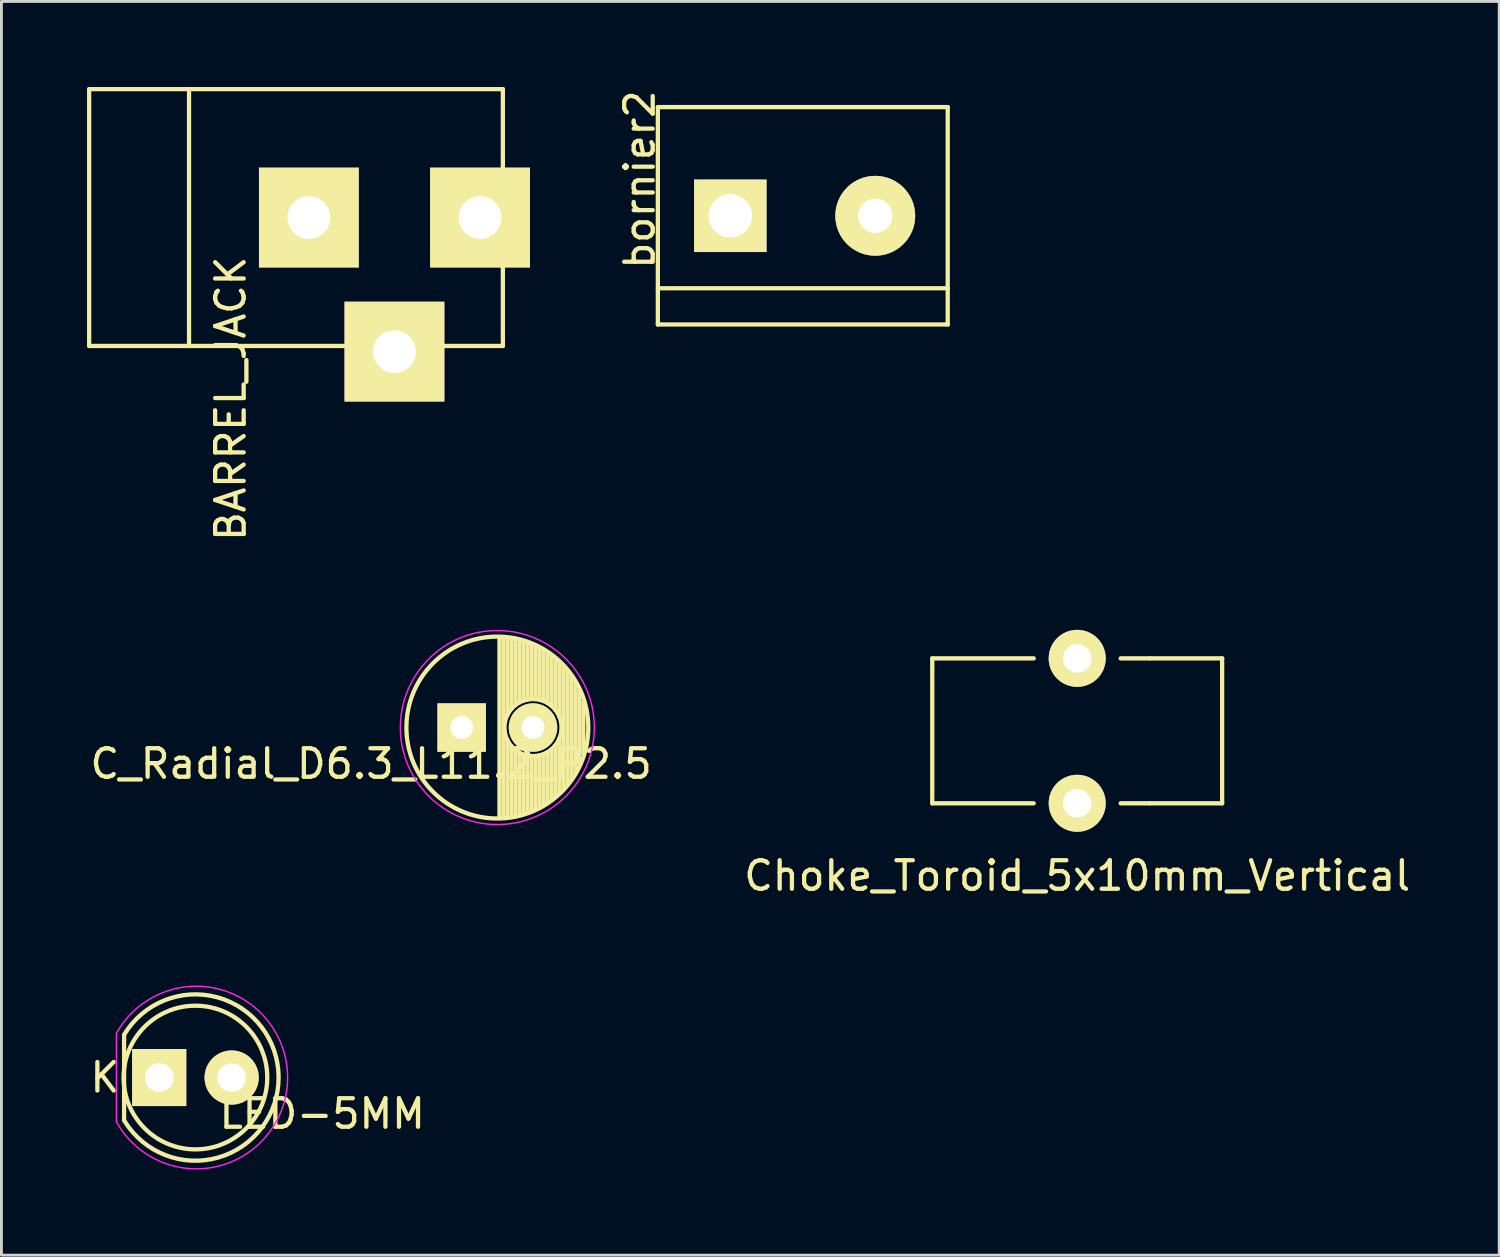
<source format=kicad_pcb>
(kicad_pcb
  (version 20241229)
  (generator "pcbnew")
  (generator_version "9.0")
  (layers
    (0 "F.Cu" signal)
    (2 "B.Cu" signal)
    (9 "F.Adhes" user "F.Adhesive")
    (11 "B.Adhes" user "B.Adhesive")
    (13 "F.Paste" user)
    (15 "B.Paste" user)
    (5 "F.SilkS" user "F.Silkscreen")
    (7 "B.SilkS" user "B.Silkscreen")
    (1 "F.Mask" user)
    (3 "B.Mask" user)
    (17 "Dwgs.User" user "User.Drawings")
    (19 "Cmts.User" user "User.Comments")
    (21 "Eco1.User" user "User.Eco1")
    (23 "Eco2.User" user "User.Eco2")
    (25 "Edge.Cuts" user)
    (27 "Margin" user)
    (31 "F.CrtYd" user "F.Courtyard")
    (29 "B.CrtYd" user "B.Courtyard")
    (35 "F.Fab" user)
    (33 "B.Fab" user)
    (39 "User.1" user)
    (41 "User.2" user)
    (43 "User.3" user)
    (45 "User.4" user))
  (footprint "BARREL_JACK"
    (layer "F.Cu")
    (at 7.576 4.576)
    (property "Reference" "BARREL_JACK" (at -2.54 6.35 90) (layer "F.SilkS") (effects (font (size 1 1) (thickness 0.15))))
    (attr through_hole)
    (fp_line (start -7.501 -4.501) (end -7.501 4.501) (stroke (width 0.15) (type solid)) (layer "F.SilkS"))
    (fp_line (start -7.501 4.501) (end 7 4.501) (stroke (width 0.15) (type solid)) (layer "F.SilkS"))
    (fp_line (start -4 -4.501) (end -4 4.501) (stroke (width 0.15) (type solid)) (layer "F.SilkS"))
    (fp_line (start 7 -4.501) (end -7.501 -4.501) (stroke (width 0.15) (type solid)) (layer "F.SilkS"))
    (fp_line (start 7 4.501) (end 7 -4.501) (stroke (width 0.15) (type solid)) (layer "F.SilkS"))
    (pad "1" thru_hole rect (at 6.2 0) (size 3.5 3.5) (drill 1.5) (layers "*.Cu" "*.Mask" "F.SilkS"))
    (pad "2" thru_hole rect (at 0.201 0) (size 3.5 3.5) (drill 1.5) (layers "*.Cu" "*.Mask" "F.SilkS"))
    (pad "3" thru_hole rect (at 3.2 4.699) (size 3.5 3.5) (drill 1.5) (layers "*.Cu" "*.Mask" "F.SilkS")))
  (footprint "bornier2"
    (layer "F.Cu")
    (at 25.089 4.514)
    (property "Reference" "bornier2" (at -5.715 -1.27 90) (layer "F.SilkS") (effects (font (size 1 1) (thickness 0.15))))
    (attr through_hole)
    (fp_line (start -5.08 -3.81) (end -5.08 3.81) (stroke (width 0.15) (type solid)) (layer "F.SilkS"))
    (fp_line (start -5.08 3.81) (end 5.08 3.81) (stroke (width 0.15) (type solid)) (layer "F.SilkS"))
    (fp_line (start 5.08 -3.81) (end -5.08 -3.81) (stroke (width 0.15) (type solid)) (layer "F.SilkS"))
    (fp_line (start 5.08 2.54) (end -5.08 2.54) (stroke (width 0.15) (type solid)) (layer "F.SilkS"))
    (fp_line (start 5.08 3.81) (end 5.08 -3.81) (stroke (width 0.15) (type solid)) (layer "F.SilkS"))
    (pad "1" thru_hole rect (at -2.54 0) (size 2.54 2.54) (drill 1.524) (layers "*.Cu" "*.Mask" "F.SilkS"))
    (pad "2" thru_hole circle (at 2.54 0) (size 2.8 2.8) (drill 1.2) (layers "*.Cu" "*.Mask" "F.SilkS")))
  (footprint "Choke_Toroid_5x10mm_Vertical"
    (layer "F.Cu")
    (at 29.628 25.107)
    (property "Reference" "Choke_Toroid_5x10mm_Vertical" (at 5.08 2.54 0) (layer "F.SilkS") (effects (font (size 1 1) (thickness 0.15))))
    (attr through_hole)
    (fp_line (start 0 -5.08) (end 0 0) (stroke (width 0.15) (type solid)) (layer "F.SilkS"))
    (fp_line (start 0 -5.08) (end 3.556 -5.08) (stroke (width 0.15) (type solid)) (layer "F.SilkS"))
    (fp_line (start 0 0) (end 3.556 0) (stroke (width 0.15) (type solid)) (layer "F.SilkS"))
    (fp_line (start 7.62 -5.08) (end 6.604 -5.08) (stroke (width 0.15) (type solid)) (layer "F.SilkS"))
    (fp_line (start 7.62 0) (end 6.604 0) (stroke (width 0.15) (type solid)) (layer "F.SilkS"))
    (fp_line (start 10.16 -5.08) (end 7.62 -5.08) (stroke (width 0.15) (type solid)) (layer "F.SilkS"))
    (fp_line (start 10.16 0) (end 7.62 0) (stroke (width 0.15) (type solid)) (layer "F.SilkS"))
    (fp_line (start 10.16 0) (end 10.16 -5.08) (stroke (width 0.15) (type solid)) (layer "F.SilkS"))
    (pad "1" thru_hole circle (at 5.08 0) (size 1.999 1.999) (drill 1.001) (layers "*.Cu" "*.Mask" "F.SilkS"))
    (pad "2" thru_hole circle (at 5.08 -5.08) (size 1.999 1.999) (drill 1.001) (layers "*.Cu" "*.Mask" "F.SilkS")))
  (footprint "C_Radial_D6.3_L11.2_P2.5"
    (layer "F.Cu")
    (at 13.133 22.452)
    (property "Reference" "C_Radial_D6.3_L11.2_P2.5" (at -3.175 1.27 0) (layer "F.SilkS") (effects (font (size 1 1) (thickness 0.15))))
    (attr through_hole)
    (fp_line (start 1.325 -3.149) (end 1.325 3.149) (stroke (width 0.15) (type solid)) (layer "F.SilkS"))
    (fp_line (start 1.465 -3.143) (end 1.465 3.143) (stroke (width 0.15) (type solid)) (layer "F.SilkS"))
    (fp_line (start 1.605 -3.13) (end 1.605 -0.446) (stroke (width 0.15) (type solid)) (layer "F.SilkS"))
    (fp_line (start 1.605 0.446) (end 1.605 3.13) (stroke (width 0.15) (type solid)) (layer "F.SilkS"))
    (fp_line (start 1.745 -3.111) (end 1.745 -0.656) (stroke (width 0.15) (type solid)) (layer "F.SilkS"))
    (fp_line (start 1.745 0.656) (end 1.745 3.111) (stroke (width 0.15) (type solid)) (layer "F.SilkS"))
    (fp_line (start 1.885 -3.085) (end 1.885 -0.789) (stroke (width 0.15) (type solid)) (layer "F.SilkS"))
    (fp_line (start 1.885 0.789) (end 1.885 3.085) (stroke (width 0.15) (type solid)) (layer "F.SilkS"))
    (fp_line (start 2.025 -3.053) (end 2.025 -0.88) (stroke (width 0.15) (type solid)) (layer "F.SilkS"))
    (fp_line (start 2.025 0.88) (end 2.025 3.053) (stroke (width 0.15) (type solid)) (layer "F.SilkS"))
    (fp_line (start 2.165 -3.014) (end 2.165 -0.942) (stroke (width 0.15) (type solid)) (layer "F.SilkS"))
    (fp_line (start 2.165 0.942) (end 2.165 3.014) (stroke (width 0.15) (type solid)) (layer "F.SilkS"))
    (fp_line (start 2.305 -2.968) (end 2.305 -0.981) (stroke (width 0.15) (type solid)) (layer "F.SilkS"))
    (fp_line (start 2.305 0.981) (end 2.305 2.968) (stroke (width 0.15) (type solid)) (layer "F.SilkS"))
    (fp_line (start 2.445 -2.915) (end 2.445 -0.998) (stroke (width 0.15) (type solid)) (layer "F.SilkS"))
    (fp_line (start 2.445 0.998) (end 2.445 2.915) (stroke (width 0.15) (type solid)) (layer "F.SilkS"))
    (fp_line (start 2.585 -2.853) (end 2.585 -0.996) (stroke (width 0.15) (type solid)) (layer "F.SilkS"))
    (fp_line (start 2.585 0.996) (end 2.585 2.853) (stroke (width 0.15) (type solid)) (layer "F.SilkS"))
    (fp_line (start 2.725 -2.783) (end 2.725 -0.974) (stroke (width 0.15) (type solid)) (layer "F.SilkS"))
    (fp_line (start 2.725 0.974) (end 2.725 2.783) (stroke (width 0.15) (type solid)) (layer "F.SilkS"))
    (fp_line (start 2.865 -2.704) (end 2.865 -0.931) (stroke (width 0.15) (type solid)) (layer "F.SilkS"))
    (fp_line (start 2.865 0.931) (end 2.865 2.704) (stroke (width 0.15) (type solid)) (layer "F.SilkS"))
    (fp_line (start 3.005 -2.616) (end 3.005 -0.863) (stroke (width 0.15) (type solid)) (layer "F.SilkS"))
    (fp_line (start 3.005 0.863) (end 3.005 2.616) (stroke (width 0.15) (type solid)) (layer "F.SilkS"))
    (fp_line (start 3.145 -2.516) (end 3.145 -0.764) (stroke (width 0.15) (type solid)) (layer "F.SilkS"))
    (fp_line (start 3.145 0.764) (end 3.145 2.516) (stroke (width 0.15) (type solid)) (layer "F.SilkS"))
    (fp_line (start 3.285 -2.404) (end 3.285 -0.619) (stroke (width 0.15) (type solid)) (layer "F.SilkS"))
    (fp_line (start 3.285 0.619) (end 3.285 2.404) (stroke (width 0.15) (type solid)) (layer "F.SilkS"))
    (fp_line (start 3.425 -2.279) (end 3.425 -0.38) (stroke (width 0.15) (type solid)) (layer "F.SilkS"))
    (fp_line (start 3.425 0.38) (end 3.425 2.279) (stroke (width 0.15) (type solid)) (layer "F.SilkS"))
    (fp_line (start 3.565 -2.136) (end 3.565 2.136) (stroke (width 0.15) (type solid)) (layer "F.SilkS"))
    (fp_line (start 3.705 -1.974) (end 3.705 1.974) (stroke (width 0.15) (type solid)) (layer "F.SilkS"))
    (fp_line (start 3.845 -1.786) (end 3.845 1.786) (stroke (width 0.15) (type solid)) (layer "F.SilkS"))
    (fp_line (start 3.985 -1.563) (end 3.985 1.563) (stroke (width 0.15) (type solid)) (layer "F.SilkS"))
    (fp_line (start 4.125 -1.287) (end 4.125 1.287) (stroke (width 0.15) (type solid)) (layer "F.SilkS"))
    (fp_line (start 4.265 -0.912) (end 4.265 0.912) (stroke (width 0.15) (type solid)) (layer "F.SilkS"))
    (fp_circle (center 1.25 0) (end 1.25 -3.188) (stroke (width 0.15) (type solid)) (fill no) (layer "F.SilkS"))
    (fp_circle (center 2.5 0) (end 2.5 -1) (stroke (width 0.15) (type solid)) (fill no) (layer "F.SilkS"))
    (fp_circle (center 1.25 0) (end 1.25 -3.4) (stroke (width 0.05) (type solid)) (fill no) (layer "F.CrtYd"))
    (pad "1" thru_hole rect (at 0 0) (size 1.7 1.7) (drill 0.8) (layers "*.Cu" "*.Mask" "F.SilkS"))
    (pad "2" thru_hole circle (at 2.5 0) (size 1.7 1.7) (drill 0.8) (layers "*.Cu" "*.Mask" "F.SilkS")))
  (footprint "LED-5MM"
    (layer "F.Cu")
    (at 2.53 34.72)
    (property "Reference" "LED-5MM" (at 5.715 1.27 0) (layer "F.SilkS") (effects (font (size 1 1) (thickness 0.15))))
    (attr through_hole)
    (fp_line (start -1.23 1.5) (end -1.23 -1.5) (stroke (width 0.15) (type solid)) (layer "F.SilkS"))
    (fp_arc (start -1.23 -1.5) (mid 4.18544 -0.014565) (end -1.214888 1.524904) (stroke (width 0.15) (type solid)) (layer "F.SilkS"))
    (fp_circle (center 1.27 0) (end 0.97 -2.5) (stroke (width 0.15) (type solid)) (fill no) (layer "F.SilkS"))
    (fp_line (start -1.5 -1.55) (end -1.5 1.55) (stroke (width 0.05) (type solid)) (layer "F.CrtYd"))
    (fp_arc (start -1.498248 -1.55316) (mid 4.50039 0.001807) (end -1.5 1.55) (stroke (width 0.05) (type solid)) (layer "F.CrtYd"))
    (fp_text user "K" (at -1.905 0 0) (layer "F.SilkS") (effects (font (size 1 1) (thickness 0.15))))
    (pad "1" thru_hole rect (at 0 0 90) (size 2 1.9) (drill 1.001) (layers "*.Cu" "*.Mask" "F.SilkS"))
    (pad "2" thru_hole circle (at 2.54 0) (size 1.9 1.9) (drill 1.001) (layers "*.Cu" "*.Mask" "F.SilkS")))
  (gr_rect
    (start -3 -3)
    (end 49.5 40.946)
    (stroke (width 0.1) (type default))
    (fill no)
    (layer "Edge.Cuts")))
</source>
